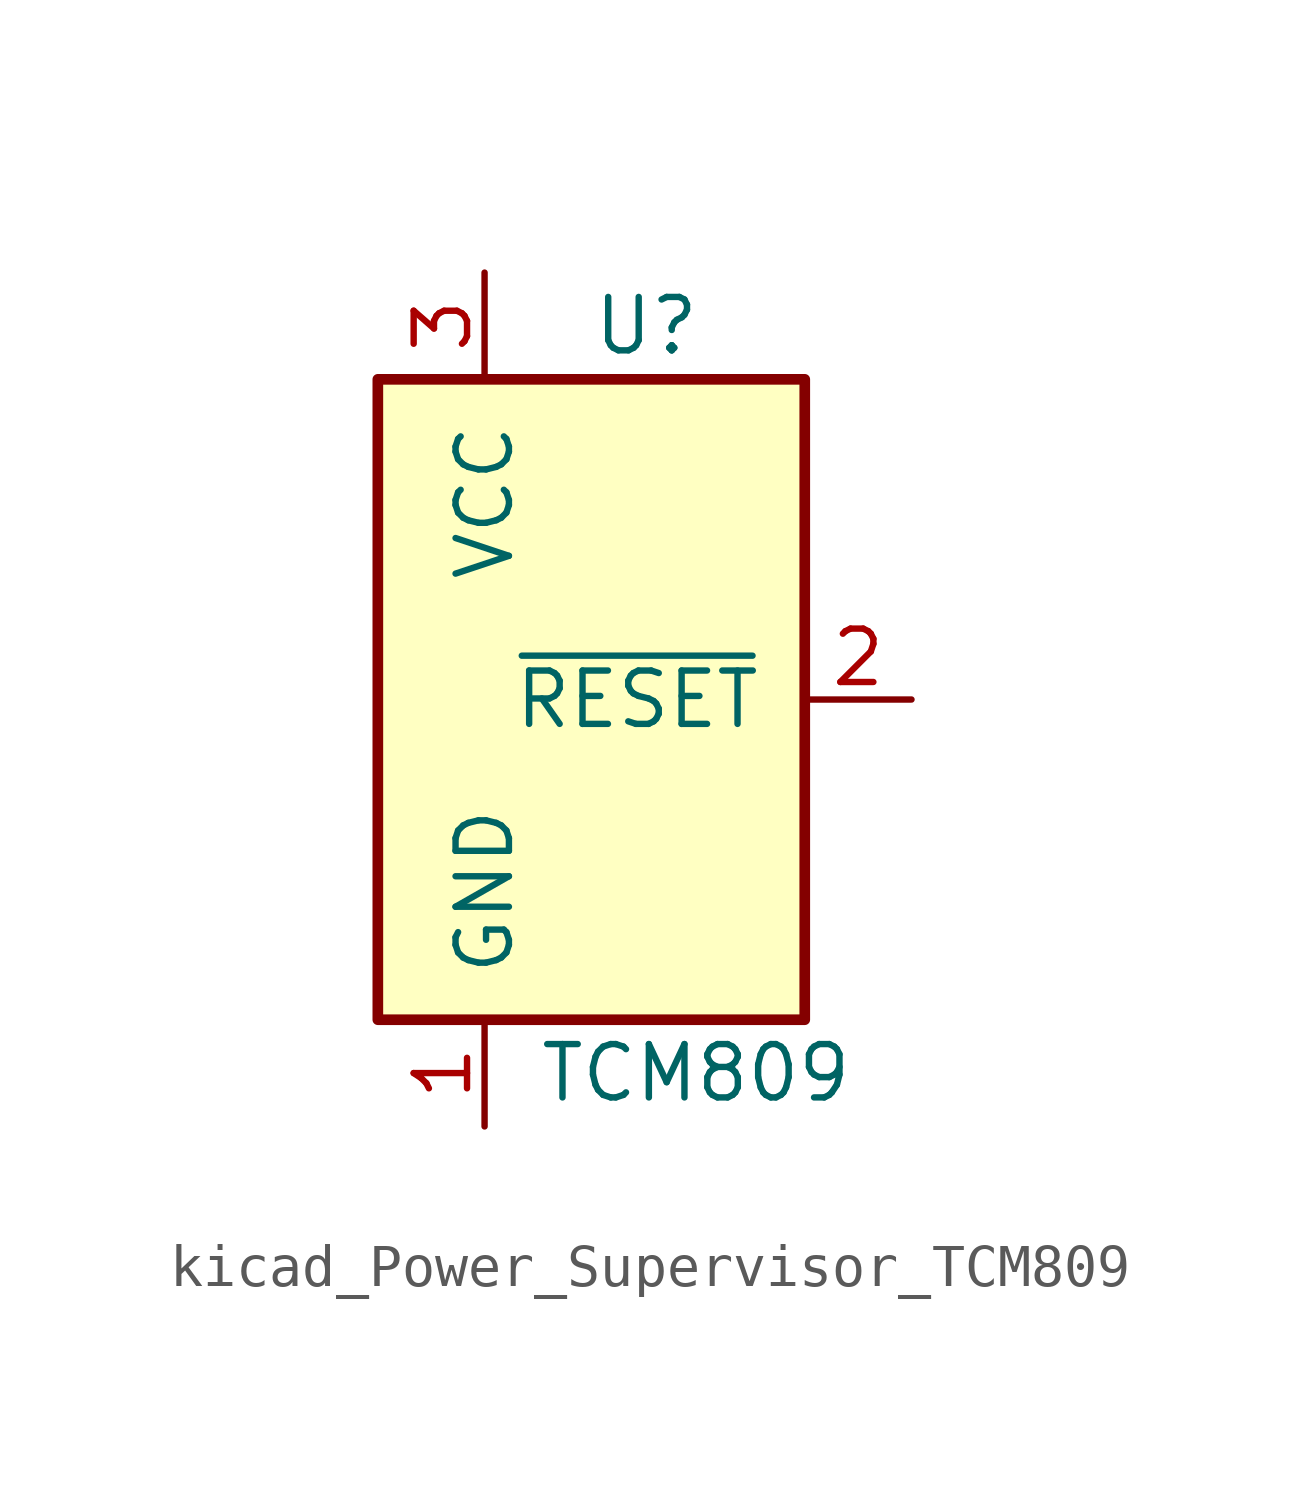
<source format=kicad_sym>
(kicad_symbol_lib
  (version 20220914)
  (generator kicad_symbol_editor)
  (symbol "kicad_Power_Supervisor_TCM809"
    (pin_names
      (offset 1.016))
    (property "Reference" "U"
      (at 0 8.89 0)
      (effects (font (size 1.27 1.27)) (justify left)))
    (property "Value" "TCM809"
      (at -1.27 -8.89 0)
      (effects (font (size 1.27 1.27)) (justify left)))
    (symbol "kicad_Power_Supervisor_TCM809_1_1"
      (rectangle (start -5.08 7.62) (end 5.08 -7.62) (stroke (width 0.254) (type default)) (fill (type background)))
      (pin power_in line (at -2.54 -10.16 90) (length 2.54) (name "GND" (effects (font (size 1.27 1.27)))) (number "1" (effects (font (size 1.27 1.27)))))
      (pin output line (at 7.62 0 180) (length 2.54) (name "~{RESET}" (effects (font (size 1.27 1.27)))) (number "2" (effects (font (size 1.27 1.27)))))
      (pin power_in line (at -2.54 10.16 270) (length 2.54) (name "VCC" (effects (font (size 1.27 1.27)))) (number "3" (effects (font (size 1.27 1.27))))))))
</source>
